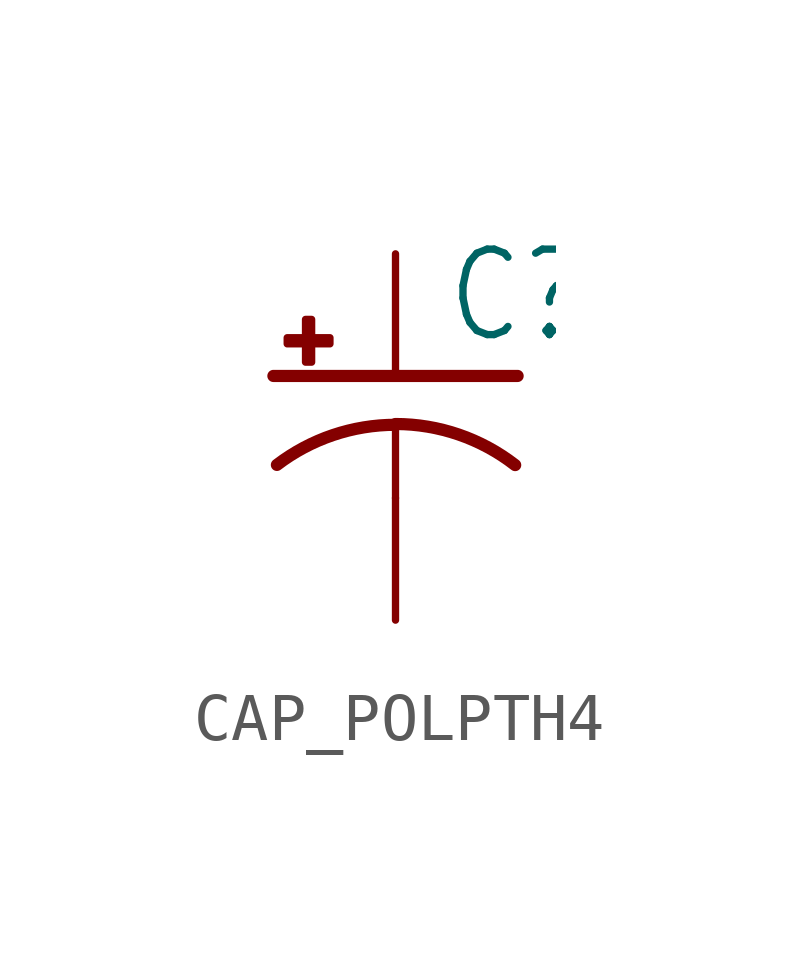
<source format=kicad_sym>
(kicad_symbol_lib
  (version 20231120)
  (generator "kicad_symbol_editor")
  (generator_version "8.0")
  (symbol "CAP_POLPTH4"
    (property "Reference" "C"
      (at 1.016 0.635 0)
      (effects (font (size 1.778 1.511)) (justify left bottom)))
    (property "Value" ""
      (at 1.016 -4.191 0)
      (effects (font (size 1.778 1.511)) (justify left bottom)))
    (property "ki_locked" ""
      (at 0 0 0)
      (effects (font (size 1.27 1.27))))
    (symbol "CAP_POLPTH4_1_0"
      (rectangle (start -2.253 0.668) (end -1.364 0.795) (stroke (width 0) (type default)) (fill (type outline)))
      (rectangle (start -1.872 0.287) (end -1.745 1.176) (stroke (width 0) (type default)) (fill (type outline)))
      (arc (start 0 -1.0161) (mid -1.3021 -1.2303) (end -2.4669 -1.8504) (stroke (width 0.254) (type solid)) (fill (type none)))
      (polyline (pts (xy -2.54 0) (xy 2.54 0)) (stroke (width 0.254) (type solid)) (fill (type none)))
      (polyline (pts (xy 0 -1.016) (xy 0 -2.54)) (stroke (width 0.152) (type solid)) (fill (type none)))
      (arc (start 2.4892 -1.8541) (mid 1.3158 -1.2194) (end 0 -1) (stroke (width 0.254) (type solid)) (fill (type none)))
      (pin passive line (at 0 2.54 270) (length 2.54) (name "+" (effects (font (size 0 0)))) (number "+" (effects (font (size 0 0)))))
      (pin passive line (at 0 -5.08 90) (length 2.54) (name "-" (effects (font (size 0 0)))) (number "-" (effects (font (size 0 0))))))))
</source>
